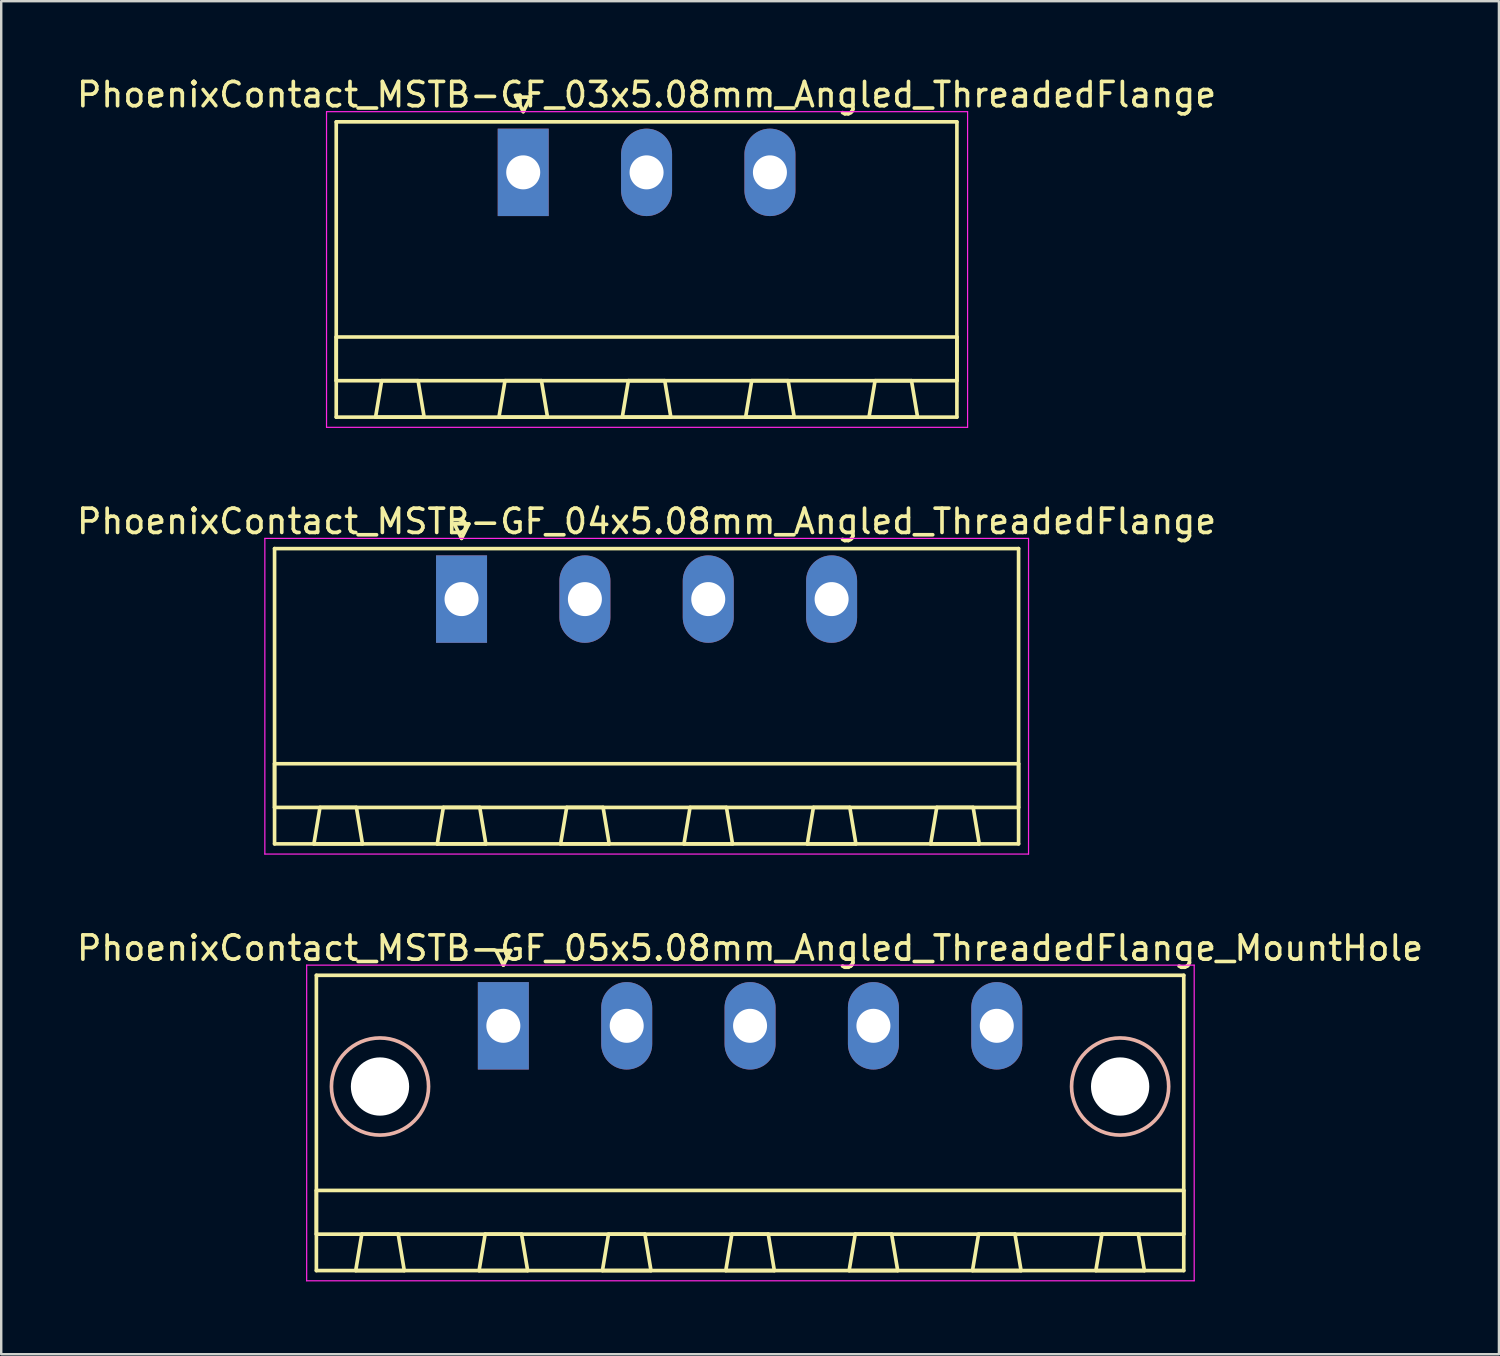
<source format=kicad_pcb>
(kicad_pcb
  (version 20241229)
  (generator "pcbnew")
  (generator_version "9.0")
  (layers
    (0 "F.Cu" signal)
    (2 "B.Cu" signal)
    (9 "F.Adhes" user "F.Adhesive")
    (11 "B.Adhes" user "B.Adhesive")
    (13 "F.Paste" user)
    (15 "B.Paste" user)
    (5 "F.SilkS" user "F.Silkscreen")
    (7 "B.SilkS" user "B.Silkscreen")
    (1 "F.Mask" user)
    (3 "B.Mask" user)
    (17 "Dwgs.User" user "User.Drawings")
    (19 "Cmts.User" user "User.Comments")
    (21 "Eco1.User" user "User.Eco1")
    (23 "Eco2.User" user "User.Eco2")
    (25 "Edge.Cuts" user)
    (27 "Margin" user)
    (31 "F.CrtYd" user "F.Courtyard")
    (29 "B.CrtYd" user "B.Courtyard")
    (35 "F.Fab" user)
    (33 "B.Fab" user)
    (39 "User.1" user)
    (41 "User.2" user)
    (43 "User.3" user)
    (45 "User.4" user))
  (footprint "PhoenixContact_MSTB-GF_03x5.08mm_Angled_ThreadedFlange"
    (layer "F.Cu")
    (at 18.497 4.048)
    (property "Reference" "PhoenixContact_MSTB-GF_03x5.08mm_Angled_ThreadedFlange" (at 5.08 -3.2 0) (layer "F.SilkS") (effects (font (size 1 1) (thickness 0.15))))
    (attr through_hole)
    (fp_line (start -7.7 -2.08) (end -7.7 10.08) (stroke (width 0.15) (type solid)) (layer "F.SilkS"))
    (fp_line (start -7.7 6.78) (end 17.86 6.78) (stroke (width 0.15) (type solid)) (layer "F.SilkS"))
    (fp_line (start -7.7 8.58) (end -7.7 6.78) (stroke (width 0.15) (type solid)) (layer "F.SilkS"))
    (fp_line (start -7.7 10.08) (end 17.86 10.08) (stroke (width 0.15) (type solid)) (layer "F.SilkS"))
    (fp_line (start -6.08 10.08) (end -4.08 10.08) (stroke (width 0.15) (type solid)) (layer "F.SilkS"))
    (fp_line (start -5.83 8.58) (end -6.08 10.08) (stroke (width 0.15) (type solid)) (layer "F.SilkS"))
    (fp_line (start -4.33 8.58) (end -5.83 8.58) (stroke (width 0.15) (type solid)) (layer "F.SilkS"))
    (fp_line (start -4.08 10.08) (end -4.33 8.58) (stroke (width 0.15) (type solid)) (layer "F.SilkS"))
    (fp_line (start -1 10.08) (end 1 10.08) (stroke (width 0.15) (type solid)) (layer "F.SilkS"))
    (fp_line (start -0.75 8.58) (end -1 10.08) (stroke (width 0.15) (type solid)) (layer "F.SilkS"))
    (fp_line (start -0.3 -3.1) (end 0 -2.5) (stroke (width 0.15) (type solid)) (layer "F.SilkS"))
    (fp_line (start 0 -2.5) (end 0.3 -3.1) (stroke (width 0.15) (type solid)) (layer "F.SilkS"))
    (fp_line (start 0.3 -3.1) (end -0.3 -3.1) (stroke (width 0.15) (type solid)) (layer "F.SilkS"))
    (fp_line (start 0.75 8.58) (end -0.75 8.58) (stroke (width 0.15) (type solid)) (layer "F.SilkS"))
    (fp_line (start 1 10.08) (end 0.75 8.58) (stroke (width 0.15) (type solid)) (layer "F.SilkS"))
    (fp_line (start 4.08 10.08) (end 6.08 10.08) (stroke (width 0.15) (type solid)) (layer "F.SilkS"))
    (fp_line (start 4.33 8.58) (end 4.08 10.08) (stroke (width 0.15) (type solid)) (layer "F.SilkS"))
    (fp_line (start 5.83 8.58) (end 4.33 8.58) (stroke (width 0.15) (type solid)) (layer "F.SilkS"))
    (fp_line (start 6.08 10.08) (end 5.83 8.58) (stroke (width 0.15) (type solid)) (layer "F.SilkS"))
    (fp_line (start 9.16 10.08) (end 11.16 10.08) (stroke (width 0.15) (type solid)) (layer "F.SilkS"))
    (fp_line (start 9.41 8.58) (end 9.16 10.08) (stroke (width 0.15) (type solid)) (layer "F.SilkS"))
    (fp_line (start 10.91 8.58) (end 9.41 8.58) (stroke (width 0.15) (type solid)) (layer "F.SilkS"))
    (fp_line (start 11.16 10.08) (end 10.91 8.58) (stroke (width 0.15) (type solid)) (layer "F.SilkS"))
    (fp_line (start 14.24 10.08) (end 16.24 10.08) (stroke (width 0.15) (type solid)) (layer "F.SilkS"))
    (fp_line (start 14.49 8.58) (end 14.24 10.08) (stroke (width 0.15) (type solid)) (layer "F.SilkS"))
    (fp_line (start 15.99 8.58) (end 14.49 8.58) (stroke (width 0.15) (type solid)) (layer "F.SilkS"))
    (fp_line (start 16.24 10.08) (end 15.99 8.58) (stroke (width 0.15) (type solid)) (layer "F.SilkS"))
    (fp_line (start 17.86 -2.08) (end -7.7 -2.08) (stroke (width 0.15) (type solid)) (layer "F.SilkS"))
    (fp_line (start 17.86 6.78) (end 17.86 8.58) (stroke (width 0.15) (type solid)) (layer "F.SilkS"))
    (fp_line (start 17.86 8.58) (end -7.7 8.58) (stroke (width 0.15) (type solid)) (layer "F.SilkS"))
    (fp_line (start 17.86 10.08) (end 17.86 -2.08) (stroke (width 0.15) (type solid)) (layer "F.SilkS"))
    (fp_line (start -8.1 -2.5) (end -8.1 10.5) (stroke (width 0.05) (type solid)) (layer "F.CrtYd"))
    (fp_line (start -8.1 10.5) (end 18.3 10.5) (stroke (width 0.05) (type solid)) (layer "F.CrtYd"))
    (fp_line (start 18.3 -2.5) (end -8.1 -2.5) (stroke (width 0.05) (type solid)) (layer "F.CrtYd"))
    (fp_line (start 18.3 10.5) (end 18.3 -2.5) (stroke (width 0.05) (type solid)) (layer "F.CrtYd"))
    (pad "1" thru_hole rect (at 0 0) (size 2.1 3.6) (drill 1.4) (layers "*.Cu" "*.Mask"))
    (pad "2" thru_hole oval (at 5.08 0) (size 2.1 3.6) (drill 1.4) (layers "*.Cu" "*.Mask"))
    (pad "3" thru_hole oval (at 10.16 0) (size 2.1 3.6) (drill 1.4) (layers "*.Cu" "*.Mask")))
  (footprint "PhoenixContact_MSTB-GF_04x5.08mm_Angled_ThreadedFlange"
    (layer "F.Cu")
    (at 15.957 21.622)
    (property "Reference" "PhoenixContact_MSTB-GF_04x5.08mm_Angled_ThreadedFlange" (at 7.62 -3.2 0) (layer "F.SilkS") (effects (font (size 1 1) (thickness 0.15))))
    (attr through_hole)
    (fp_line (start -7.7 -2.08) (end -7.7 10.08) (stroke (width 0.15) (type solid)) (layer "F.SilkS"))
    (fp_line (start -7.7 6.78) (end 22.94 6.78) (stroke (width 0.15) (type solid)) (layer "F.SilkS"))
    (fp_line (start -7.7 8.58) (end -7.7 6.78) (stroke (width 0.15) (type solid)) (layer "F.SilkS"))
    (fp_line (start -7.7 10.08) (end 22.94 10.08) (stroke (width 0.15) (type solid)) (layer "F.SilkS"))
    (fp_line (start -6.08 10.08) (end -4.08 10.08) (stroke (width 0.15) (type solid)) (layer "F.SilkS"))
    (fp_line (start -5.83 8.58) (end -6.08 10.08) (stroke (width 0.15) (type solid)) (layer "F.SilkS"))
    (fp_line (start -4.33 8.58) (end -5.83 8.58) (stroke (width 0.15) (type solid)) (layer "F.SilkS"))
    (fp_line (start -4.08 10.08) (end -4.33 8.58) (stroke (width 0.15) (type solid)) (layer "F.SilkS"))
    (fp_line (start -1 10.08) (end 1 10.08) (stroke (width 0.15) (type solid)) (layer "F.SilkS"))
    (fp_line (start -0.75 8.58) (end -1 10.08) (stroke (width 0.15) (type solid)) (layer "F.SilkS"))
    (fp_line (start -0.3 -3.1) (end 0 -2.5) (stroke (width 0.15) (type solid)) (layer "F.SilkS"))
    (fp_line (start 0 -2.5) (end 0.3 -3.1) (stroke (width 0.15) (type solid)) (layer "F.SilkS"))
    (fp_line (start 0.3 -3.1) (end -0.3 -3.1) (stroke (width 0.15) (type solid)) (layer "F.SilkS"))
    (fp_line (start 0.75 8.58) (end -0.75 8.58) (stroke (width 0.15) (type solid)) (layer "F.SilkS"))
    (fp_line (start 1 10.08) (end 0.75 8.58) (stroke (width 0.15) (type solid)) (layer "F.SilkS"))
    (fp_line (start 4.08 10.08) (end 6.08 10.08) (stroke (width 0.15) (type solid)) (layer "F.SilkS"))
    (fp_line (start 4.33 8.58) (end 4.08 10.08) (stroke (width 0.15) (type solid)) (layer "F.SilkS"))
    (fp_line (start 5.83 8.58) (end 4.33 8.58) (stroke (width 0.15) (type solid)) (layer "F.SilkS"))
    (fp_line (start 6.08 10.08) (end 5.83 8.58) (stroke (width 0.15) (type solid)) (layer "F.SilkS"))
    (fp_line (start 9.16 10.08) (end 11.16 10.08) (stroke (width 0.15) (type solid)) (layer "F.SilkS"))
    (fp_line (start 9.41 8.58) (end 9.16 10.08) (stroke (width 0.15) (type solid)) (layer "F.SilkS"))
    (fp_line (start 10.91 8.58) (end 9.41 8.58) (stroke (width 0.15) (type solid)) (layer "F.SilkS"))
    (fp_line (start 11.16 10.08) (end 10.91 8.58) (stroke (width 0.15) (type solid)) (layer "F.SilkS"))
    (fp_line (start 14.24 10.08) (end 16.24 10.08) (stroke (width 0.15) (type solid)) (layer "F.SilkS"))
    (fp_line (start 14.49 8.58) (end 14.24 10.08) (stroke (width 0.15) (type solid)) (layer "F.SilkS"))
    (fp_line (start 15.99 8.58) (end 14.49 8.58) (stroke (width 0.15) (type solid)) (layer "F.SilkS"))
    (fp_line (start 16.24 10.08) (end 15.99 8.58) (stroke (width 0.15) (type solid)) (layer "F.SilkS"))
    (fp_line (start 19.32 10.08) (end 21.32 10.08) (stroke (width 0.15) (type solid)) (layer "F.SilkS"))
    (fp_line (start 19.57 8.58) (end 19.32 10.08) (stroke (width 0.15) (type solid)) (layer "F.SilkS"))
    (fp_line (start 21.07 8.58) (end 19.57 8.58) (stroke (width 0.15) (type solid)) (layer "F.SilkS"))
    (fp_line (start 21.32 10.08) (end 21.07 8.58) (stroke (width 0.15) (type solid)) (layer "F.SilkS"))
    (fp_line (start 22.94 -2.08) (end -7.7 -2.08) (stroke (width 0.15) (type solid)) (layer "F.SilkS"))
    (fp_line (start 22.94 6.78) (end 22.94 8.58) (stroke (width 0.15) (type solid)) (layer "F.SilkS"))
    (fp_line (start 22.94 8.58) (end -7.7 8.58) (stroke (width 0.15) (type solid)) (layer "F.SilkS"))
    (fp_line (start 22.94 10.08) (end 22.94 -2.08) (stroke (width 0.15) (type solid)) (layer "F.SilkS"))
    (fp_line (start -8.1 -2.5) (end -8.1 10.5) (stroke (width 0.05) (type solid)) (layer "F.CrtYd"))
    (fp_line (start -8.1 10.5) (end 23.35 10.5) (stroke (width 0.05) (type solid)) (layer "F.CrtYd"))
    (fp_line (start 23.35 -2.5) (end -8.1 -2.5) (stroke (width 0.05) (type solid)) (layer "F.CrtYd"))
    (fp_line (start 23.35 10.5) (end 23.35 -2.5) (stroke (width 0.05) (type solid)) (layer "F.CrtYd"))
    (pad "1" thru_hole rect (at 0 0) (size 2.1 3.6) (drill 1.4) (layers "*.Cu" "*.Mask"))
    (pad "2" thru_hole oval (at 5.08 0) (size 2.1 3.6) (drill 1.4) (layers "*.Cu" "*.Mask"))
    (pad "3" thru_hole oval (at 10.16 0) (size 2.1 3.6) (drill 1.4) (layers "*.Cu" "*.Mask"))
    (pad "4" thru_hole oval (at 15.24 0) (size 2.1 3.6) (drill 1.4) (layers "*.Cu" "*.Mask")))
  (footprint "PhoenixContact_MSTB-GF_05x5.08mm_Angled_ThreadedFlange_MountHole"
    (layer "F.Cu")
    (at 17.679 39.195)
    (property "Reference" "PhoenixContact_MSTB-GF_05x5.08mm_Angled_ThreadedFlange_MountHole" (at 10.16 -3.2 0) (layer "F.SilkS") (effects (font (size 1 1) (thickness 0.15))))
    (attr through_hole)
    (fp_line (start -7.7 -2.08) (end -7.7 10.08) (stroke (width 0.15) (type solid)) (layer "F.SilkS"))
    (fp_line (start -7.7 6.78) (end 28.02 6.78) (stroke (width 0.15) (type solid)) (layer "F.SilkS"))
    (fp_line (start -7.7 8.58) (end -7.7 6.78) (stroke (width 0.15) (type solid)) (layer "F.SilkS"))
    (fp_line (start -7.7 10.08) (end 28.02 10.08) (stroke (width 0.15) (type solid)) (layer "F.SilkS"))
    (fp_line (start -6.08 10.08) (end -4.08 10.08) (stroke (width 0.15) (type solid)) (layer "F.SilkS"))
    (fp_line (start -5.83 8.58) (end -6.08 10.08) (stroke (width 0.15) (type solid)) (layer "F.SilkS"))
    (fp_line (start -4.33 8.58) (end -5.83 8.58) (stroke (width 0.15) (type solid)) (layer "F.SilkS"))
    (fp_line (start -4.08 10.08) (end -4.33 8.58) (stroke (width 0.15) (type solid)) (layer "F.SilkS"))
    (fp_line (start -1 10.08) (end 1 10.08) (stroke (width 0.15) (type solid)) (layer "F.SilkS"))
    (fp_line (start -0.75 8.58) (end -1 10.08) (stroke (width 0.15) (type solid)) (layer "F.SilkS"))
    (fp_line (start -0.3 -3.1) (end 0 -2.5) (stroke (width 0.15) (type solid)) (layer "F.SilkS"))
    (fp_line (start 0 -2.5) (end 0.3 -3.1) (stroke (width 0.15) (type solid)) (layer "F.SilkS"))
    (fp_line (start 0.3 -3.1) (end -0.3 -3.1) (stroke (width 0.15) (type solid)) (layer "F.SilkS"))
    (fp_line (start 0.75 8.58) (end -0.75 8.58) (stroke (width 0.15) (type solid)) (layer "F.SilkS"))
    (fp_line (start 1 10.08) (end 0.75 8.58) (stroke (width 0.15) (type solid)) (layer "F.SilkS"))
    (fp_line (start 4.08 10.08) (end 6.08 10.08) (stroke (width 0.15) (type solid)) (layer "F.SilkS"))
    (fp_line (start 4.33 8.58) (end 4.08 10.08) (stroke (width 0.15) (type solid)) (layer "F.SilkS"))
    (fp_line (start 5.83 8.58) (end 4.33 8.58) (stroke (width 0.15) (type solid)) (layer "F.SilkS"))
    (fp_line (start 6.08 10.08) (end 5.83 8.58) (stroke (width 0.15) (type solid)) (layer "F.SilkS"))
    (fp_line (start 9.16 10.08) (end 11.16 10.08) (stroke (width 0.15) (type solid)) (layer "F.SilkS"))
    (fp_line (start 9.41 8.58) (end 9.16 10.08) (stroke (width 0.15) (type solid)) (layer "F.SilkS"))
    (fp_line (start 10.91 8.58) (end 9.41 8.58) (stroke (width 0.15) (type solid)) (layer "F.SilkS"))
    (fp_line (start 11.16 10.08) (end 10.91 8.58) (stroke (width 0.15) (type solid)) (layer "F.SilkS"))
    (fp_line (start 14.24 10.08) (end 16.24 10.08) (stroke (width 0.15) (type solid)) (layer "F.SilkS"))
    (fp_line (start 14.49 8.58) (end 14.24 10.08) (stroke (width 0.15) (type solid)) (layer "F.SilkS"))
    (fp_line (start 15.99 8.58) (end 14.49 8.58) (stroke (width 0.15) (type solid)) (layer "F.SilkS"))
    (fp_line (start 16.24 10.08) (end 15.99 8.58) (stroke (width 0.15) (type solid)) (layer "F.SilkS"))
    (fp_line (start 19.32 10.08) (end 21.32 10.08) (stroke (width 0.15) (type solid)) (layer "F.SilkS"))
    (fp_line (start 19.57 8.58) (end 19.32 10.08) (stroke (width 0.15) (type solid)) (layer "F.SilkS"))
    (fp_line (start 21.07 8.58) (end 19.57 8.58) (stroke (width 0.15) (type solid)) (layer "F.SilkS"))
    (fp_line (start 21.32 10.08) (end 21.07 8.58) (stroke (width 0.15) (type solid)) (layer "F.SilkS"))
    (fp_line (start 24.4 10.08) (end 26.4 10.08) (stroke (width 0.15) (type solid)) (layer "F.SilkS"))
    (fp_line (start 24.65 8.58) (end 24.4 10.08) (stroke (width 0.15) (type solid)) (layer "F.SilkS"))
    (fp_line (start 26.15 8.58) (end 24.65 8.58) (stroke (width 0.15) (type solid)) (layer "F.SilkS"))
    (fp_line (start 26.4 10.08) (end 26.15 8.58) (stroke (width 0.15) (type solid)) (layer "F.SilkS"))
    (fp_line (start 28.02 -2.08) (end -7.7 -2.08) (stroke (width 0.15) (type solid)) (layer "F.SilkS"))
    (fp_line (start 28.02 6.78) (end 28.02 8.58) (stroke (width 0.15) (type solid)) (layer "F.SilkS"))
    (fp_line (start 28.02 8.58) (end -7.7 8.58) (stroke (width 0.15) (type solid)) (layer "F.SilkS"))
    (fp_line (start 28.02 10.08) (end 28.02 -2.08) (stroke (width 0.15) (type solid)) (layer "F.SilkS"))
    (fp_circle (center -5.08 2.5) (end -3.08 2.5) (stroke (width 0.15) (type solid)) (fill no) (layer "B.SilkS"))
    (fp_circle (center 25.4 2.5) (end 27.4 2.5) (stroke (width 0.15) (type solid)) (fill no) (layer "B.SilkS"))
    (fp_line (start -8.1 -2.5) (end -8.1 10.5) (stroke (width 0.05) (type solid)) (layer "F.CrtYd"))
    (fp_line (start -8.1 10.5) (end 28.45 10.5) (stroke (width 0.05) (type solid)) (layer "F.CrtYd"))
    (fp_line (start 28.45 -2.5) (end -8.1 -2.5) (stroke (width 0.05) (type solid)) (layer "F.CrtYd"))
    (fp_line (start 28.45 10.5) (end 28.45 -2.5) (stroke (width 0.05) (type solid)) (layer "F.CrtYd"))
    (pad "" np_thru_hole circle (at -5.08 2.5) (size 2.4 2.4) (drill 2.4) (layers "*.Cu" "*.Mask"))
    (pad "" np_thru_hole circle (at 25.4 2.5) (size 2.4 2.4) (drill 2.4) (layers "*.Cu" "*.Mask"))
    (pad "1" thru_hole rect (at 0 0) (size 2.1 3.6) (drill 1.4) (layers "*.Cu" "*.Mask"))
    (pad "2" thru_hole oval (at 5.08 0) (size 2.1 3.6) (drill 1.4) (layers "*.Cu" "*.Mask"))
    (pad "3" thru_hole oval (at 10.16 0) (size 2.1 3.6) (drill 1.4) (layers "*.Cu" "*.Mask"))
    (pad "4" thru_hole oval (at 15.24 0) (size 2.1 3.6) (drill 1.4) (layers "*.Cu" "*.Mask"))
    (pad "5" thru_hole oval (at 20.32 0) (size 2.1 3.6) (drill 1.4) (layers "*.Cu" "*.Mask")))
  (gr_rect
    (start -3 -3)
    (end 58.679 52.72)
    (stroke (width 0.1) (type default))
    (fill no)
    (layer "Edge.Cuts")))
</source>
